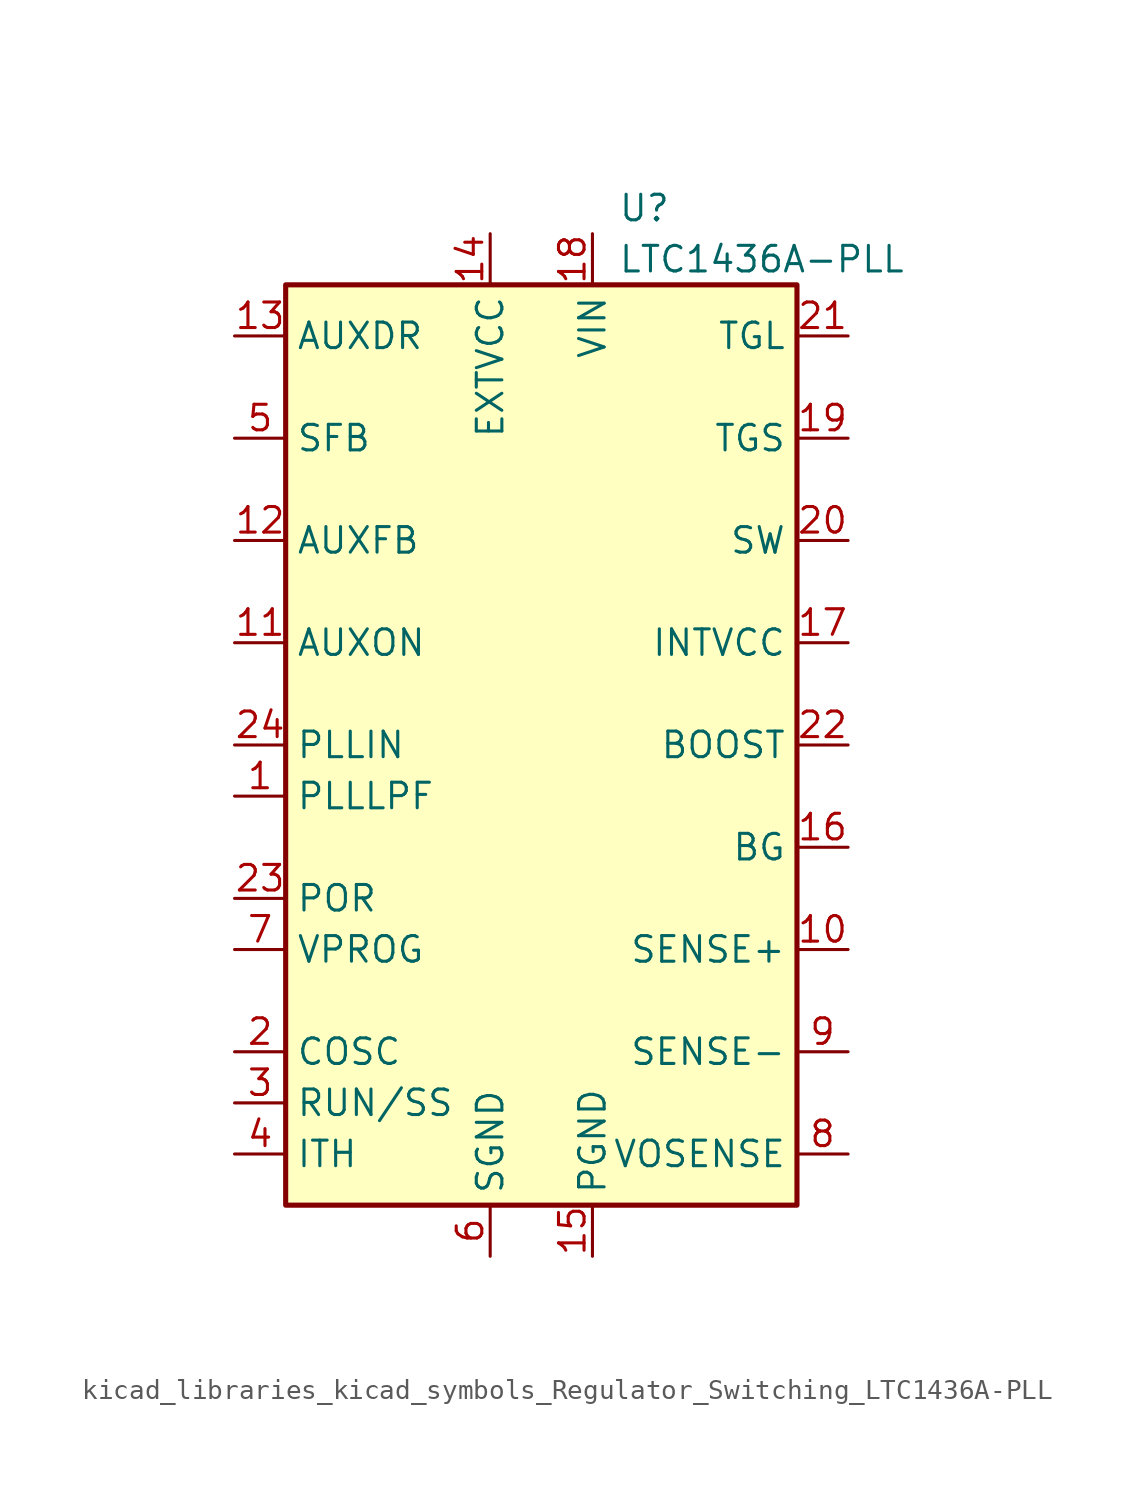
<source format=kicad_sym>
(kicad_symbol_lib
  (version 20220914)
  (generator kicad_symbol_editor)
  (symbol "kicad_libraries_kicad_symbols_Regulator_Switching_LTC1436A-PLL"
    (property "Reference" "U"
      (at 3.81 26.67 0)
      (effects (font (size 1.27 1.27)) (justify left)))
    (property "Value" "LTC1436A-PLL"
      (at 3.81 24.13 0)
      (effects (font (size 1.27 1.27)) (justify left)))
    (symbol "kicad_libraries_kicad_symbols_Regulator_Switching_LTC1436A-PLL_0_1"
      (rectangle (start -12.7 -22.86) (end 12.7 22.86) (stroke (width 0.254) (type default)) (fill (type background))))
    (symbol "kicad_libraries_kicad_symbols_Regulator_Switching_LTC1436A-PLL_1_1"
      (pin passive line (at -15.24 -2.54 0) (length 2.54) (name "PLLLPF" (effects (font (size 1.27 1.27)))) (number "1" (effects (font (size 1.27 1.27)))))
      (pin input line (at 15.24 -10.16 180) (length 2.54) (name "SENSE+" (effects (font (size 1.27 1.27)))) (number "10" (effects (font (size 1.27 1.27)))))
      (pin input line (at -15.24 5.08 0) (length 2.54) (name "AUXON" (effects (font (size 1.27 1.27)))) (number "11" (effects (font (size 1.27 1.27)))))
      (pin input line (at -15.24 10.16 0) (length 2.54) (name "AUXFB" (effects (font (size 1.27 1.27)))) (number "12" (effects (font (size 1.27 1.27)))))
      (pin open_collector line (at -15.24 20.32 0) (length 2.54) (name "AUXDR" (effects (font (size 1.27 1.27)))) (number "13" (effects (font (size 1.27 1.27)))))
      (pin power_in line (at -2.54 25.4 270) (length 2.54) (name "EXTVCC" (effects (font (size 1.27 1.27)))) (number "14" (effects (font (size 1.27 1.27)))))
      (pin power_in line (at 2.54 -25.4 90) (length 2.54) (name "PGND" (effects (font (size 1.27 1.27)))) (number "15" (effects (font (size 1.27 1.27)))))
      (pin output line (at 15.24 -5.08 180) (length 2.54) (name "BG" (effects (font (size 1.27 1.27)))) (number "16" (effects (font (size 1.27 1.27)))))
      (pin power_in line (at 15.24 5.08 180) (length 2.54) (name "INTVCC" (effects (font (size 1.27 1.27)))) (number "17" (effects (font (size 1.27 1.27)))))
      (pin power_in line (at 2.54 25.4 270) (length 2.54) (name "VIN" (effects (font (size 1.27 1.27)))) (number "18" (effects (font (size 1.27 1.27)))))
      (pin output line (at 15.24 15.24 180) (length 2.54) (name "TGS" (effects (font (size 1.27 1.27)))) (number "19" (effects (font (size 1.27 1.27)))))
      (pin passive line (at -15.24 -15.24 0) (length 2.54) (name "COSC" (effects (font (size 1.27 1.27)))) (number "2" (effects (font (size 1.27 1.27)))))
      (pin passive line (at 15.24 10.16 180) (length 2.54) (name "SW" (effects (font (size 1.27 1.27)))) (number "20" (effects (font (size 1.27 1.27)))))
      (pin output line (at 15.24 20.32 180) (length 2.54) (name "TGL" (effects (font (size 1.27 1.27)))) (number "21" (effects (font (size 1.27 1.27)))))
      (pin passive line (at 15.24 0 180) (length 2.54) (name "BOOST" (effects (font (size 1.27 1.27)))) (number "22" (effects (font (size 1.27 1.27)))))
      (pin open_collector line (at -15.24 -7.62 0) (length 2.54) (name "POR" (effects (font (size 1.27 1.27)))) (number "23" (effects (font (size 1.27 1.27)))))
      (pin input line (at -15.24 0 0) (length 2.54) (name "PLLIN" (effects (font (size 1.27 1.27)))) (number "24" (effects (font (size 1.27 1.27)))))
      (pin passive line (at -15.24 -17.78 0) (length 2.54) (name "RUN/SS" (effects (font (size 1.27 1.27)))) (number "3" (effects (font (size 1.27 1.27)))))
      (pin passive line (at -15.24 -20.32 0) (length 2.54) (name "ITH" (effects (font (size 1.27 1.27)))) (number "4" (effects (font (size 1.27 1.27)))))
      (pin passive line (at -15.24 15.24 0) (length 2.54) (name "SFB" (effects (font (size 1.27 1.27)))) (number "5" (effects (font (size 1.27 1.27)))))
      (pin power_in line (at -2.54 -25.4 90) (length 2.54) (name "SGND" (effects (font (size 1.27 1.27)))) (number "6" (effects (font (size 1.27 1.27)))))
      (pin input line (at -15.24 -10.16 0) (length 2.54) (name "VPROG" (effects (font (size 1.27 1.27)))) (number "7" (effects (font (size 1.27 1.27)))))
      (pin input line (at 15.24 -20.32 180) (length 2.54) (name "VOSENSE" (effects (font (size 1.27 1.27)))) (number "8" (effects (font (size 1.27 1.27)))))
      (pin input line (at 15.24 -15.24 180) (length 2.54) (name "SENSE-" (effects (font (size 1.27 1.27)))) (number "9" (effects (font (size 1.27 1.27))))))))
</source>
